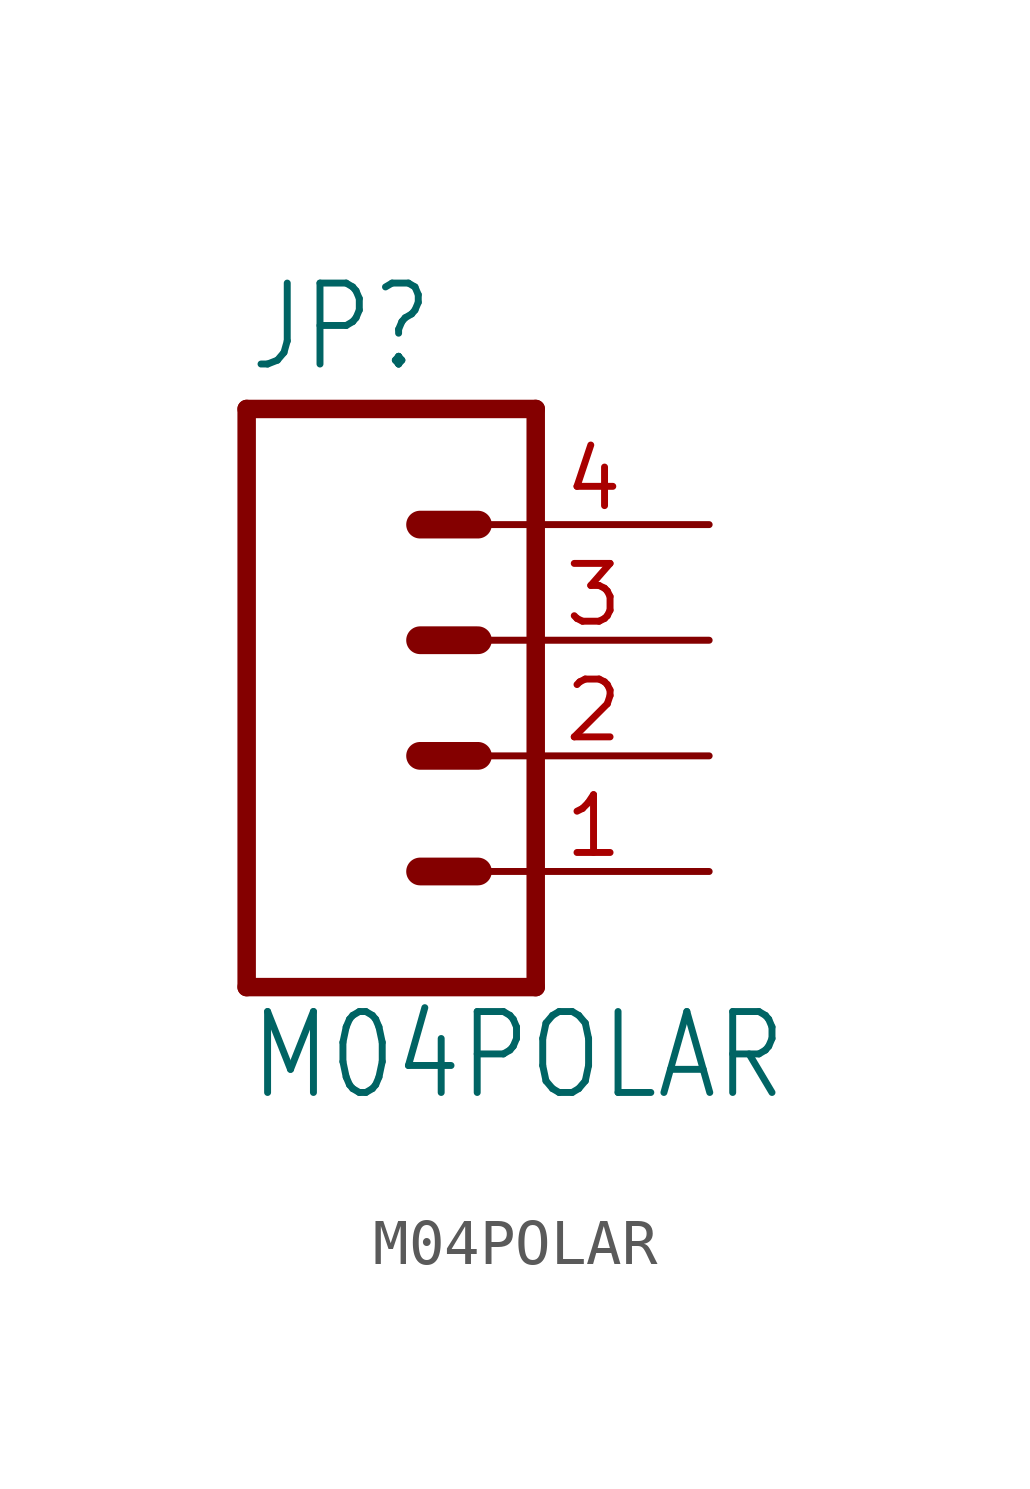
<source format=kicad_sym>
(kicad_symbol_lib
  (version 20211014)
  (generator kicad_symbol_editor)
  (symbol "M04POLAR"
    (property "Reference" "JP"
      (at -5.08 8.382 0)
      (effects (font (size 1.778 1.511)) (justify left bottom)))
    (property "Value" "M04POLAR"
      (at -5.08 -7.62 0)
      (effects (font (size 1.778 1.511)) (justify left bottom)))
    (property "ki_locked" ""
      (at 0 0 0)
      (effects (font (size 1.27 1.27))))
    (symbol "M04POLAR_1_0"
      (polyline (pts (xy -5.08 7.62) (xy -5.08 -5.08)) (stroke (width 0.406) (type default) (color 0 0 0 0)) (fill (type none)))
      (polyline (pts (xy -5.08 7.62) (xy 1.27 7.62)) (stroke (width 0.406) (type default) (color 0 0 0 0)) (fill (type none)))
      (polyline (pts (xy -1.27 -2.54) (xy 0 -2.54)) (stroke (width 0.61) (type default) (color 0 0 0 0)) (fill (type none)))
      (polyline (pts (xy -1.27 0) (xy 0 0)) (stroke (width 0.61) (type default) (color 0 0 0 0)) (fill (type none)))
      (polyline (pts (xy -1.27 2.54) (xy 0 2.54)) (stroke (width 0.61) (type default) (color 0 0 0 0)) (fill (type none)))
      (polyline (pts (xy -1.27 5.08) (xy 0 5.08)) (stroke (width 0.61) (type default) (color 0 0 0 0)) (fill (type none)))
      (polyline (pts (xy 1.27 -5.08) (xy -5.08 -5.08)) (stroke (width 0.406) (type default) (color 0 0 0 0)) (fill (type none)))
      (polyline (pts (xy 1.27 -5.08) (xy 1.27 7.62)) (stroke (width 0.406) (type default) (color 0 0 0 0)) (fill (type none)))
      (pin passive line (at 5.08 -2.54 180) (length 5.08) (name "1" (effects (font (size 0 0)))) (number "1" (effects (font (size 1.27 1.27)))))
      (pin passive line (at 5.08 0 180) (length 5.08) (name "2" (effects (font (size 0 0)))) (number "2" (effects (font (size 1.27 1.27)))))
      (pin passive line (at 5.08 2.54 180) (length 5.08) (name "3" (effects (font (size 0 0)))) (number "3" (effects (font (size 1.27 1.27)))))
      (pin passive line (at 5.08 5.08 180) (length 5.08) (name "4" (effects (font (size 0 0)))) (number "4" (effects (font (size 1.27 1.27))))))))
</source>
